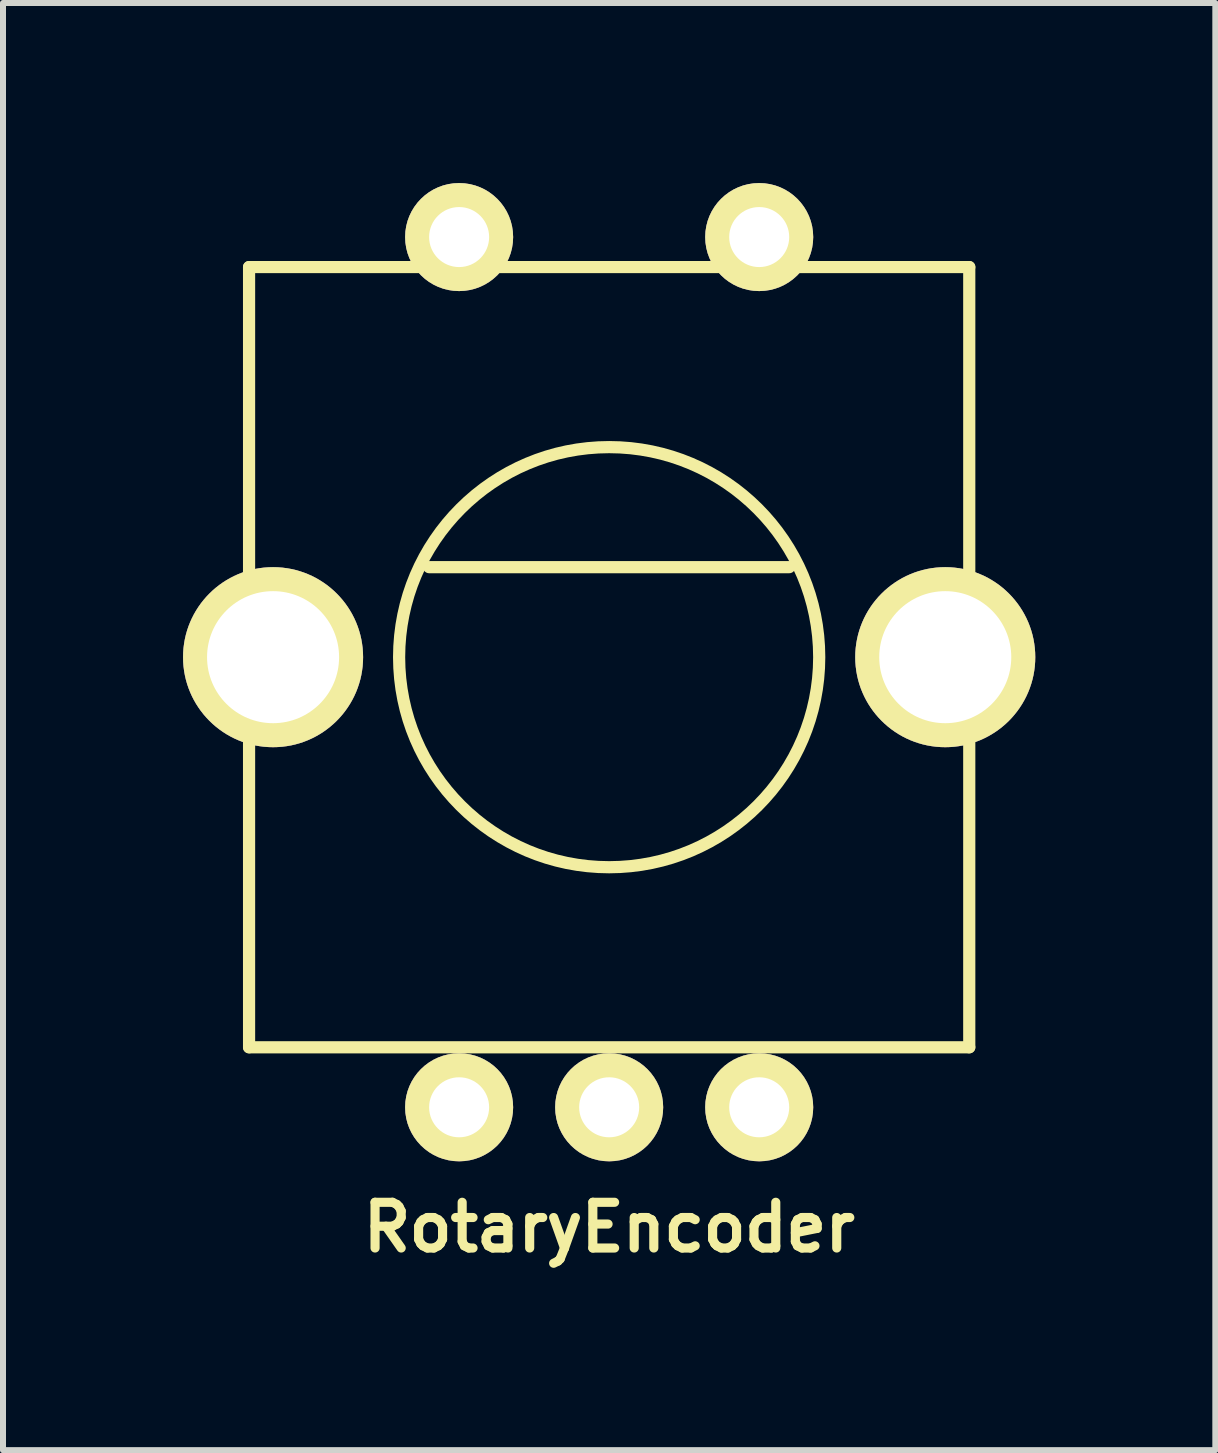
<source format=kicad_pcb>
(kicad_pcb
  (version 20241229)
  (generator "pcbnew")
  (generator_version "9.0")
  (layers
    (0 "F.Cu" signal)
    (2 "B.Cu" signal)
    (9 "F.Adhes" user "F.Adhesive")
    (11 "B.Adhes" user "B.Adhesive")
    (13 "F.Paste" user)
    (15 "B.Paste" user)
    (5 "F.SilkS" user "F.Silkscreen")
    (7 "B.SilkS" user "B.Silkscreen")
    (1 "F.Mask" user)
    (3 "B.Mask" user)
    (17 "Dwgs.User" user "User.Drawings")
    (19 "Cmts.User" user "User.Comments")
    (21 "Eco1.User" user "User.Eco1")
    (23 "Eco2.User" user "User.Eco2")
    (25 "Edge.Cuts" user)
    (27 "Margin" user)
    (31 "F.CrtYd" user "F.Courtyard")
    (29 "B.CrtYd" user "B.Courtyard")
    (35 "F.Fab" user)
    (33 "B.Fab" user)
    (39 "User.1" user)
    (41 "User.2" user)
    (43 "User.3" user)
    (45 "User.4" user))
  (footprint "RotaryEncoder"
    (layer "F.Cu")
    (at 7.1 7.9)
    (property "Reference" "RotaryEncoder" (at 0 9.5 0) (layer "F.SilkS") (effects (font (size 0.762 0.762) (thickness 0.152))))
    (attr through_hole)
    (fp_line (start -6 -6.5) (end 6 -6.5) (stroke (width 0.203) (type solid)) (layer "F.SilkS"))
    (fp_line (start -6 6.5) (end -6 -6.5) (stroke (width 0.203) (type solid)) (layer "F.SilkS"))
    (fp_line (start 3 -1.5) (end -3 -1.5) (stroke (width 0.203) (type solid)) (layer "F.SilkS"))
    (fp_line (start 6 -6.5) (end 6 6.5) (stroke (width 0.203) (type solid)) (layer "F.SilkS"))
    (fp_line (start 6 6.5) (end -6 6.5) (stroke (width 0.203) (type solid)) (layer "F.SilkS"))
    (fp_circle (center 0 0) (end 3.5 0) (stroke (width 0.203) (type solid)) (fill no) (layer "F.SilkS"))
    (pad "" thru_hole circle (at -5.6 0) (size 3 3) (drill 2.2) (layers "*.Cu" "*.Mask" "F.SilkS"))
    (pad "" thru_hole circle (at 5.6 0) (size 3 3) (drill 2.2) (layers "*.Cu" "*.Mask" "F.SilkS"))
    (pad "1" thru_hole circle (at -2.5 7.5) (size 1.8 1.8) (drill 1) (layers "*.Cu" "*.Mask" "F.SilkS"))
    (pad "2" thru_hole circle (at 0 7.5) (size 1.8 1.8) (drill 1) (layers "*.Cu" "*.Mask" "F.SilkS"))
    (pad "3" thru_hole circle (at 2.5 7.5) (size 1.8 1.8) (drill 1) (layers "*.Cu" "*.Mask" "F.SilkS"))
    (pad "4" thru_hole circle (at -2.5 -7) (size 1.8 1.8) (drill 1) (layers "*.Cu" "*.Mask" "F.SilkS"))
    (pad "5" thru_hole circle (at 2.5 -7) (size 1.8 1.8) (drill 1) (layers "*.Cu" "*.Mask" "F.SilkS")))
  (gr_rect
    (start -3 -3)
    (end 17.2 21.113)
    (stroke (width 0.1) (type default))
    (fill no)
    (layer "Edge.Cuts")))
</source>
